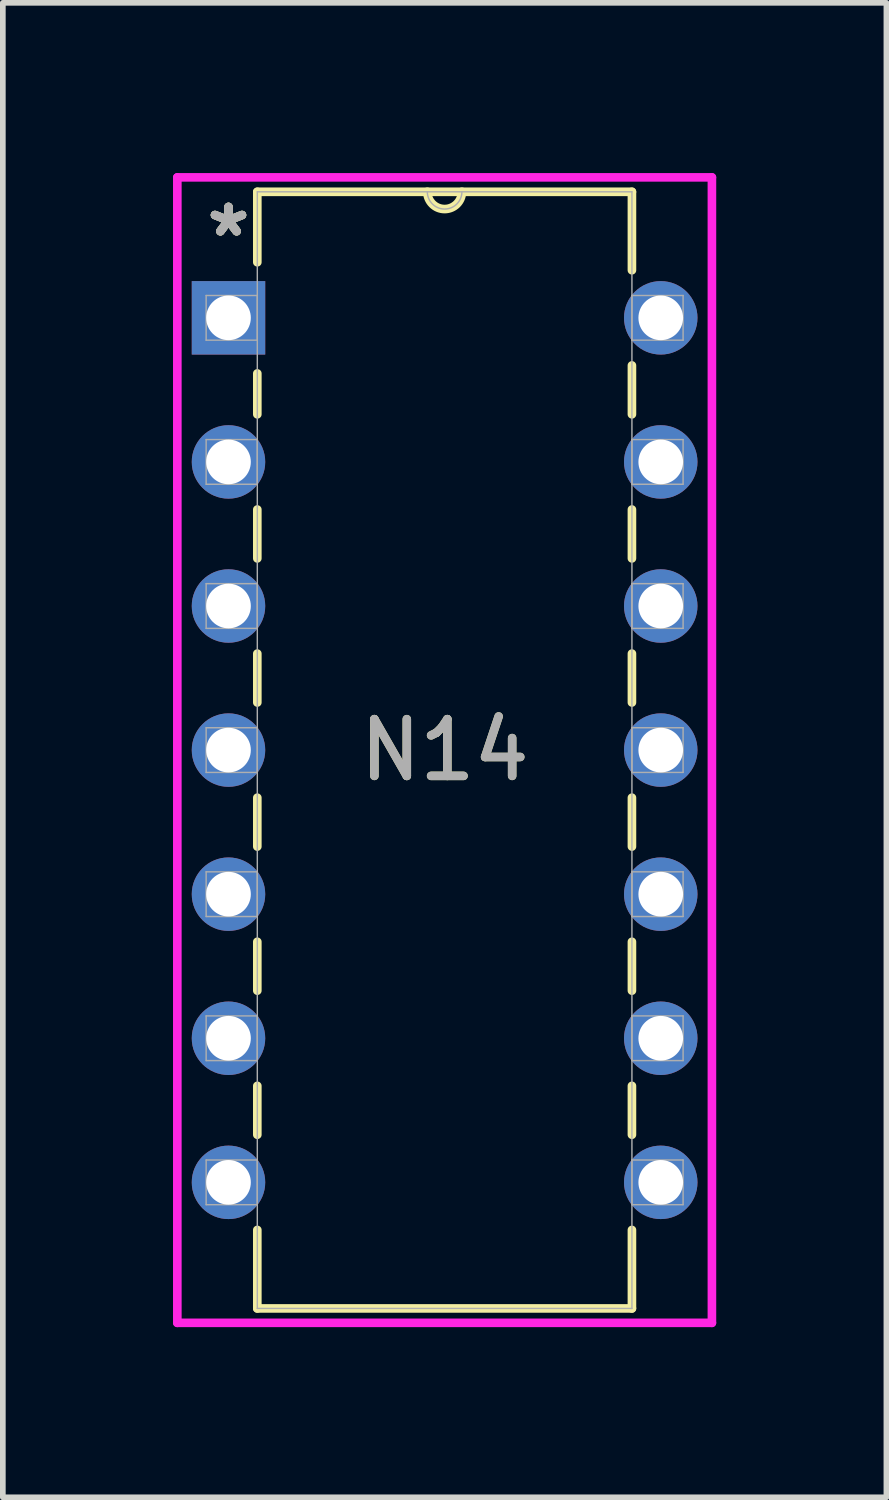
<source format=kicad_pcb>
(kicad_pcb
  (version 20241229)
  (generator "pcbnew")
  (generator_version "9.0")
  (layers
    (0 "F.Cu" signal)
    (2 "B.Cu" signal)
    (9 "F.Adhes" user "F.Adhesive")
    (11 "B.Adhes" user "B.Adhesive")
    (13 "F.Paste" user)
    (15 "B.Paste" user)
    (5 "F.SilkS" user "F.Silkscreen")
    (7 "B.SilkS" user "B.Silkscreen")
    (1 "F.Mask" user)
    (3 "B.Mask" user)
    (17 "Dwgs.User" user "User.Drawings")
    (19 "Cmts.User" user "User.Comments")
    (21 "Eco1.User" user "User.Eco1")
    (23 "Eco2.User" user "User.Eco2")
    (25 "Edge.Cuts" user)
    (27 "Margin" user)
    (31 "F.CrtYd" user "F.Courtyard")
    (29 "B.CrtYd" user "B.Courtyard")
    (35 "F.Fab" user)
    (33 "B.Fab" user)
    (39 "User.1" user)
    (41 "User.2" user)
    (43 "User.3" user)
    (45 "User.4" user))
  (footprint "N14"
    (layer "F.Cu")
    (at 8.598 17.793)
    (property "Reference" "N14" (at -3.81 -7.62 0) (unlocked yes) (layer "F.SilkS") (effects (font (size 1 1) (thickness 0.15))))
    (attr through_hole)
    (fp_line (start -7.112 -17.462) (end -7.112 -16.22) (stroke (width 0.152) (type solid)) (layer "F.SilkS"))
    (fp_line (start -7.112 -14.26) (end -7.112 -13.539) (stroke (width 0.152) (type solid)) (layer "F.SilkS"))
    (fp_line (start -7.112 -11.861) (end -7.112 -10.999) (stroke (width 0.152) (type solid)) (layer "F.SilkS"))
    (fp_line (start -7.112 -9.321) (end -7.112 -8.459) (stroke (width 0.152) (type solid)) (layer "F.SilkS"))
    (fp_line (start -7.112 -6.781) (end -7.112 -5.919) (stroke (width 0.152) (type solid)) (layer "F.SilkS"))
    (fp_line (start -7.112 -4.241) (end -7.112 -3.379) (stroke (width 0.152) (type solid)) (layer "F.SilkS"))
    (fp_line (start -7.112 -1.701) (end -7.112 -0.839) (stroke (width 0.152) (type solid)) (layer "F.SilkS"))
    (fp_line (start -7.112 0.839) (end -7.112 2.223) (stroke (width 0.152) (type solid)) (layer "F.SilkS"))
    (fp_line (start -7.112 2.223) (end -0.508 2.223) (stroke (width 0.152) (type solid)) (layer "F.SilkS"))
    (fp_line (start -0.508 -17.462) (end -7.112 -17.462) (stroke (width 0.152) (type solid)) (layer "F.SilkS"))
    (fp_line (start -0.508 -16.079) (end -0.508 -17.462) (stroke (width 0.152) (type solid)) (layer "F.SilkS"))
    (fp_line (start -0.508 -13.539) (end -0.508 -14.401) (stroke (width 0.152) (type solid)) (layer "F.SilkS"))
    (fp_line (start -0.508 -10.999) (end -0.508 -11.861) (stroke (width 0.152) (type solid)) (layer "F.SilkS"))
    (fp_line (start -0.508 -8.459) (end -0.508 -9.321) (stroke (width 0.152) (type solid)) (layer "F.SilkS"))
    (fp_line (start -0.508 -5.919) (end -0.508 -6.781) (stroke (width 0.152) (type solid)) (layer "F.SilkS"))
    (fp_line (start -0.508 -3.379) (end -0.508 -4.241) (stroke (width 0.152) (type solid)) (layer "F.SilkS"))
    (fp_line (start -0.508 -0.839) (end -0.508 -1.701) (stroke (width 0.152) (type solid)) (layer "F.SilkS"))
    (fp_line (start -0.508 2.223) (end -0.508 0.839) (stroke (width 0.152) (type solid)) (layer "F.SilkS"))
    (fp_arc (start -3.5052 -17.4625) (mid -3.81 -17.1577) (end -4.1148 -17.4625) (stroke (width 0.1524) (type solid)) (layer "F.SilkS"))
    (fp_line (start -8.522 -17.716) (end -8.522 2.477) (stroke (width 0.152) (type solid)) (layer "F.CrtYd"))
    (fp_line (start -8.522 2.477) (end 0.902 2.477) (stroke (width 0.152) (type solid)) (layer "F.CrtYd"))
    (fp_line (start 0.902 -17.716) (end -8.522 -17.716) (stroke (width 0.152) (type solid)) (layer "F.CrtYd"))
    (fp_line (start 0.902 2.477) (end 0.902 -17.716) (stroke (width 0.152) (type solid)) (layer "F.CrtYd"))
    (fp_line (start -8.014 -15.634) (end -8.014 -14.846) (stroke (width 0.025) (type solid)) (layer "F.Fab"))
    (fp_line (start -8.014 -14.846) (end -7.112 -14.846) (stroke (width 0.025) (type solid)) (layer "F.Fab"))
    (fp_line (start -8.014 -13.094) (end -8.014 -12.306) (stroke (width 0.025) (type solid)) (layer "F.Fab"))
    (fp_line (start -8.014 -12.306) (end -7.112 -12.306) (stroke (width 0.025) (type solid)) (layer "F.Fab"))
    (fp_line (start -8.014 -10.554) (end -8.014 -9.766) (stroke (width 0.025) (type solid)) (layer "F.Fab"))
    (fp_line (start -8.014 -9.766) (end -7.112 -9.766) (stroke (width 0.025) (type solid)) (layer "F.Fab"))
    (fp_line (start -8.014 -8.014) (end -8.014 -7.226) (stroke (width 0.025) (type solid)) (layer "F.Fab"))
    (fp_line (start -8.014 -7.226) (end -7.112 -7.226) (stroke (width 0.025) (type solid)) (layer "F.Fab"))
    (fp_line (start -8.014 -5.474) (end -8.014 -4.686) (stroke (width 0.025) (type solid)) (layer "F.Fab"))
    (fp_line (start -8.014 -4.686) (end -7.112 -4.686) (stroke (width 0.025) (type solid)) (layer "F.Fab"))
    (fp_line (start -8.014 -2.934) (end -8.014 -2.146) (stroke (width 0.025) (type solid)) (layer "F.Fab"))
    (fp_line (start -8.014 -2.146) (end -7.112 -2.146) (stroke (width 0.025) (type solid)) (layer "F.Fab"))
    (fp_line (start -8.014 -0.394) (end -8.014 0.394) (stroke (width 0.025) (type solid)) (layer "F.Fab"))
    (fp_line (start -8.014 0.394) (end -7.112 0.394) (stroke (width 0.025) (type solid)) (layer "F.Fab"))
    (fp_line (start -7.112 -17.462) (end -7.112 2.223) (stroke (width 0.025) (type solid)) (layer "F.Fab"))
    (fp_line (start -7.112 -15.634) (end -8.014 -15.634) (stroke (width 0.025) (type solid)) (layer "F.Fab"))
    (fp_line (start -7.112 -14.846) (end -7.112 -15.634) (stroke (width 0.025) (type solid)) (layer "F.Fab"))
    (fp_line (start -7.112 -13.094) (end -8.014 -13.094) (stroke (width 0.025) (type solid)) (layer "F.Fab"))
    (fp_line (start -7.112 -12.306) (end -7.112 -13.094) (stroke (width 0.025) (type solid)) (layer "F.Fab"))
    (fp_line (start -7.112 -10.554) (end -8.014 -10.554) (stroke (width 0.025) (type solid)) (layer "F.Fab"))
    (fp_line (start -7.112 -9.766) (end -7.112 -10.554) (stroke (width 0.025) (type solid)) (layer "F.Fab"))
    (fp_line (start -7.112 -8.014) (end -8.014 -8.014) (stroke (width 0.025) (type solid)) (layer "F.Fab"))
    (fp_line (start -7.112 -7.226) (end -7.112 -8.014) (stroke (width 0.025) (type solid)) (layer "F.Fab"))
    (fp_line (start -7.112 -5.474) (end -8.014 -5.474) (stroke (width 0.025) (type solid)) (layer "F.Fab"))
    (fp_line (start -7.112 -4.686) (end -7.112 -5.474) (stroke (width 0.025) (type solid)) (layer "F.Fab"))
    (fp_line (start -7.112 -2.934) (end -8.014 -2.934) (stroke (width 0.025) (type solid)) (layer "F.Fab"))
    (fp_line (start -7.112 -2.146) (end -7.112 -2.934) (stroke (width 0.025) (type solid)) (layer "F.Fab"))
    (fp_line (start -7.112 -0.394) (end -8.014 -0.394) (stroke (width 0.025) (type solid)) (layer "F.Fab"))
    (fp_line (start -7.112 0.394) (end -7.112 -0.394) (stroke (width 0.025) (type solid)) (layer "F.Fab"))
    (fp_line (start -7.112 2.223) (end -0.508 2.223) (stroke (width 0.025) (type solid)) (layer "F.Fab"))
    (fp_line (start -0.508 -17.462) (end -7.112 -17.462) (stroke (width 0.025) (type solid)) (layer "F.Fab"))
    (fp_line (start -0.508 -15.634) (end -0.508 -14.846) (stroke (width 0.025) (type solid)) (layer "F.Fab"))
    (fp_line (start -0.508 -14.846) (end 0.394 -14.846) (stroke (width 0.025) (type solid)) (layer "F.Fab"))
    (fp_line (start -0.508 -13.094) (end -0.508 -12.306) (stroke (width 0.025) (type solid)) (layer "F.Fab"))
    (fp_line (start -0.508 -12.306) (end 0.394 -12.306) (stroke (width 0.025) (type solid)) (layer "F.Fab"))
    (fp_line (start -0.508 -10.554) (end -0.508 -9.766) (stroke (width 0.025) (type solid)) (layer "F.Fab"))
    (fp_line (start -0.508 -9.766) (end 0.394 -9.766) (stroke (width 0.025) (type solid)) (layer "F.Fab"))
    (fp_line (start -0.508 -8.014) (end -0.508 -7.226) (stroke (width 0.025) (type solid)) (layer "F.Fab"))
    (fp_line (start -0.508 -7.226) (end 0.394 -7.226) (stroke (width 0.025) (type solid)) (layer "F.Fab"))
    (fp_line (start -0.508 -5.474) (end -0.508 -4.686) (stroke (width 0.025) (type solid)) (layer "F.Fab"))
    (fp_line (start -0.508 -4.686) (end 0.394 -4.686) (stroke (width 0.025) (type solid)) (layer "F.Fab"))
    (fp_line (start -0.508 -2.934) (end -0.508 -2.146) (stroke (width 0.025) (type solid)) (layer "F.Fab"))
    (fp_line (start -0.508 -2.146) (end 0.394 -2.146) (stroke (width 0.025) (type solid)) (layer "F.Fab"))
    (fp_line (start -0.508 -0.394) (end -0.508 0.394) (stroke (width 0.025) (type solid)) (layer "F.Fab"))
    (fp_line (start -0.508 0.394) (end 0.394 0.394) (stroke (width 0.025) (type solid)) (layer "F.Fab"))
    (fp_line (start -0.508 2.223) (end -0.508 -17.462) (stroke (width 0.025) (type solid)) (layer "F.Fab"))
    (fp_line (start 0.394 -15.634) (end -0.508 -15.634) (stroke (width 0.025) (type solid)) (layer "F.Fab"))
    (fp_line (start 0.394 -14.846) (end 0.394 -15.634) (stroke (width 0.025) (type solid)) (layer "F.Fab"))
    (fp_line (start 0.394 -13.094) (end -0.508 -13.094) (stroke (width 0.025) (type solid)) (layer "F.Fab"))
    (fp_line (start 0.394 -12.306) (end 0.394 -13.094) (stroke (width 0.025) (type solid)) (layer "F.Fab"))
    (fp_line (start 0.394 -10.554) (end -0.508 -10.554) (stroke (width 0.025) (type solid)) (layer "F.Fab"))
    (fp_line (start 0.394 -9.766) (end 0.394 -10.554) (stroke (width 0.025) (type solid)) (layer "F.Fab"))
    (fp_line (start 0.394 -8.014) (end -0.508 -8.014) (stroke (width 0.025) (type solid)) (layer "F.Fab"))
    (fp_line (start 0.394 -7.226) (end 0.394 -8.014) (stroke (width 0.025) (type solid)) (layer "F.Fab"))
    (fp_line (start 0.394 -5.474) (end -0.508 -5.474) (stroke (width 0.025) (type solid)) (layer "F.Fab"))
    (fp_line (start 0.394 -4.686) (end 0.394 -5.474) (stroke (width 0.025) (type solid)) (layer "F.Fab"))
    (fp_line (start 0.394 -2.934) (end -0.508 -2.934) (stroke (width 0.025) (type solid)) (layer "F.Fab"))
    (fp_line (start 0.394 -2.146) (end 0.394 -2.934) (stroke (width 0.025) (type solid)) (layer "F.Fab"))
    (fp_line (start 0.394 -0.394) (end -0.508 -0.394) (stroke (width 0.025) (type solid)) (layer "F.Fab"))
    (fp_line (start 0.394 0.394) (end 0.394 -0.394) (stroke (width 0.025) (type solid)) (layer "F.Fab"))
    (fp_arc (start -3.5052 -17.4625) (mid -3.81 -17.1577) (end -4.1148 -17.4625) (stroke (width 0.0254) (type solid)) (layer "F.Fab"))
    (fp_text user "*" (at -7.62 -16.65 0) (layer "F.SilkS") (effects (font (size 1 1) (thickness 0.15))))
    (fp_text user "*" (at -7.62 -16.65 0) (unlocked yes) (layer "F.SilkS") (effects (font (size 1 1) (thickness 0.15))))
    (fp_text user "${REFERENCE}" (at -3.81 -7.62 0) (unlocked yes) (layer "F.Fab") (effects (font (size 1 1) (thickness 0.15))))
    (fp_text user "*" (at -7.62 -16.65 0) (layer "F.Fab") (effects (font (size 1 1) (thickness 0.15))))
    (fp_text user "*" (at -7.62 -16.65 0) (unlocked yes) (layer "F.Fab") (effects (font (size 1 1) (thickness 0.15))))
    (pad "1" thru_hole rect (at -7.62 -15.24) (size 1.295 1.295) (drill 0.787) (layers "*.Cu" "*.Mask"))
    (pad "2" thru_hole circle (at -7.62 -12.7) (size 1.295 1.295) (drill 0.787) (layers "*.Cu" "*.Mask"))
    (pad "3" thru_hole circle (at -7.62 -10.16) (size 1.295 1.295) (drill 0.787) (layers "*.Cu" "*.Mask"))
    (pad "4" thru_hole circle (at -7.62 -7.62) (size 1.295 1.295) (drill 0.787) (layers "*.Cu" "*.Mask"))
    (pad "5" thru_hole circle (at -7.62 -5.08) (size 1.295 1.295) (drill 0.787) (layers "*.Cu" "*.Mask"))
    (pad "6" thru_hole circle (at -7.62 -2.54) (size 1.295 1.295) (drill 0.787) (layers "*.Cu" "*.Mask"))
    (pad "7" thru_hole circle (at -7.62 0) (size 1.295 1.295) (drill 0.787) (layers "*.Cu" "*.Mask"))
    (pad "8" thru_hole circle (at 0 0) (size 1.295 1.295) (drill 0.787) (layers "*.Cu" "*.Mask"))
    (pad "9" thru_hole circle (at 0 -2.54) (size 1.295 1.295) (drill 0.787) (layers "*.Cu" "*.Mask"))
    (pad "10" thru_hole circle (at 0 -5.08) (size 1.295 1.295) (drill 0.787) (layers "*.Cu" "*.Mask"))
    (pad "11" thru_hole circle (at 0 -7.62) (size 1.295 1.295) (drill 0.787) (layers "*.Cu" "*.Mask"))
    (pad "12" thru_hole circle (at 0 -10.16) (size 1.295 1.295) (drill 0.787) (layers "*.Cu" "*.Mask"))
    (pad "13" thru_hole circle (at 0 -12.7) (size 1.295 1.295) (drill 0.787) (layers "*.Cu" "*.Mask"))
    (pad "14" thru_hole circle (at 0 -15.24) (size 1.295 1.295) (drill 0.787) (layers "*.Cu" "*.Mask")))
  (gr_rect
    (start -3 -3)
    (end 12.576 23.345)
    (stroke (width 0.1) (type default))
    (fill no)
    (layer "Edge.Cuts")))
</source>
